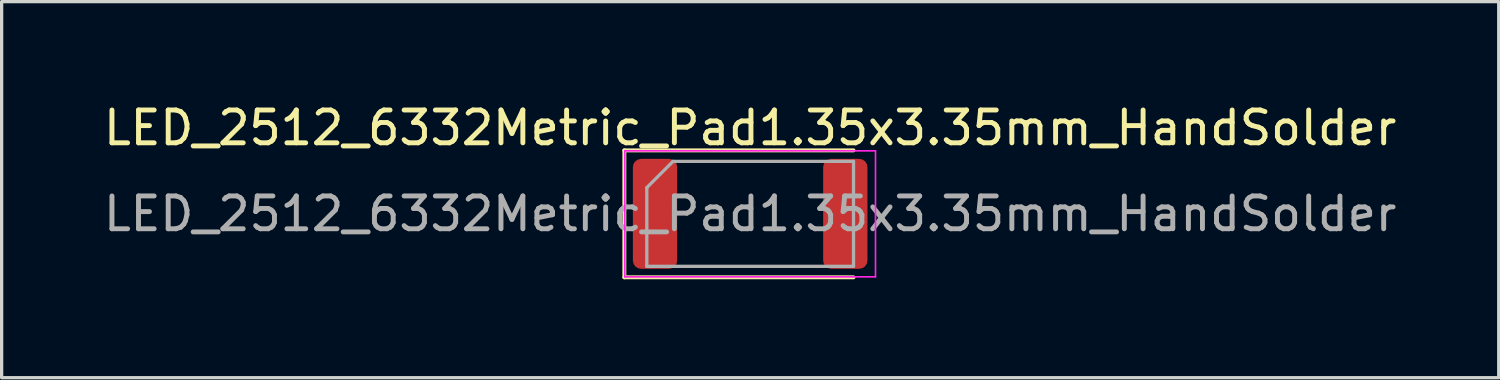
<source format=kicad_pcb>
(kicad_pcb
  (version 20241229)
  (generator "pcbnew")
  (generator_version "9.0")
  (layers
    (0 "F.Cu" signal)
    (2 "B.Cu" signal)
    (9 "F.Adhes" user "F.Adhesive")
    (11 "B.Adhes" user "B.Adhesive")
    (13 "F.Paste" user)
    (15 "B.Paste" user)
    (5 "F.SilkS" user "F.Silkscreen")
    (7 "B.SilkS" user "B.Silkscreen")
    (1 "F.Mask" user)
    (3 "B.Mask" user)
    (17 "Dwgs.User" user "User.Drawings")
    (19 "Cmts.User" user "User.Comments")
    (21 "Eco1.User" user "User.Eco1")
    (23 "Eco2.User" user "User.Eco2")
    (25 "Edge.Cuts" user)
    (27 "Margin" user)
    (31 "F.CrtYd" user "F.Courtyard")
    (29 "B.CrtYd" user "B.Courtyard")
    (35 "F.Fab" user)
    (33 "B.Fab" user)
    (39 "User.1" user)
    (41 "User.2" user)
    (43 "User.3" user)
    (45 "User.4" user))
  (footprint "LED_2512_6332Metric_Pad1.35x3.35mm_HandSolder"
    (layer "F.Cu")
    (at 19.815 3.468)
    (property "Reference" "LED_2512_6332Metric_Pad1.35x3.35mm_HandSolder" (at 0 -2.62 0) (layer "F.SilkS") (effects (font (size 1 1) (thickness 0.15))))
    (attr smd)
    (fp_line (start -3.835 -1.935) (end -3.835 1.935) (stroke (width 0.12) (type solid)) (layer "F.SilkS"))
    (fp_line (start -3.835 1.935) (end 3.15 1.935) (stroke (width 0.12) (type solid)) (layer "F.SilkS"))
    (fp_line (start 3.15 -1.935) (end -3.835 -1.935) (stroke (width 0.12) (type solid)) (layer "F.SilkS"))
    (fp_line (start -3.82 -1.92) (end 3.82 -1.92) (stroke (width 0.05) (type solid)) (layer "F.CrtYd"))
    (fp_line (start -3.82 1.92) (end -3.82 -1.92) (stroke (width 0.05) (type solid)) (layer "F.CrtYd"))
    (fp_line (start 3.82 -1.92) (end 3.82 1.92) (stroke (width 0.05) (type solid)) (layer "F.CrtYd"))
    (fp_line (start 3.82 1.92) (end -3.82 1.92) (stroke (width 0.05) (type solid)) (layer "F.CrtYd"))
    (fp_line (start -3.15 -0.8) (end -3.15 1.6) (stroke (width 0.1) (type solid)) (layer "F.Fab"))
    (fp_line (start -3.15 1.6) (end 3.15 1.6) (stroke (width 0.1) (type solid)) (layer "F.Fab"))
    (fp_line (start -2.35 -1.6) (end -3.15 -0.8) (stroke (width 0.1) (type solid)) (layer "F.Fab"))
    (fp_line (start 3.15 -1.6) (end -2.35 -1.6) (stroke (width 0.1) (type solid)) (layer "F.Fab"))
    (fp_line (start 3.15 1.6) (end 3.15 -1.6) (stroke (width 0.1) (type solid)) (layer "F.Fab"))
    (fp_text user "${REFERENCE}" (at 0 0 0) (layer "F.Fab") (effects (font (size 1 1) (thickness 0.15))))
    (pad "1" smd roundrect (at -2.9 0) (size 1.35 3.35) (layers "F.Cu" "F.Mask" "F.Paste") (roundrect_rratio 0.185))
    (pad "2" smd roundrect (at 2.9 0) (size 1.35 3.35) (layers "F.Cu" "F.Mask" "F.Paste") (roundrect_rratio 0.185)))
  (gr_rect
    (start -3 -3)
    (end 42.631 8.463)
    (stroke (width 0.1) (type default))
    (fill no)
    (layer "Edge.Cuts")))
</source>
